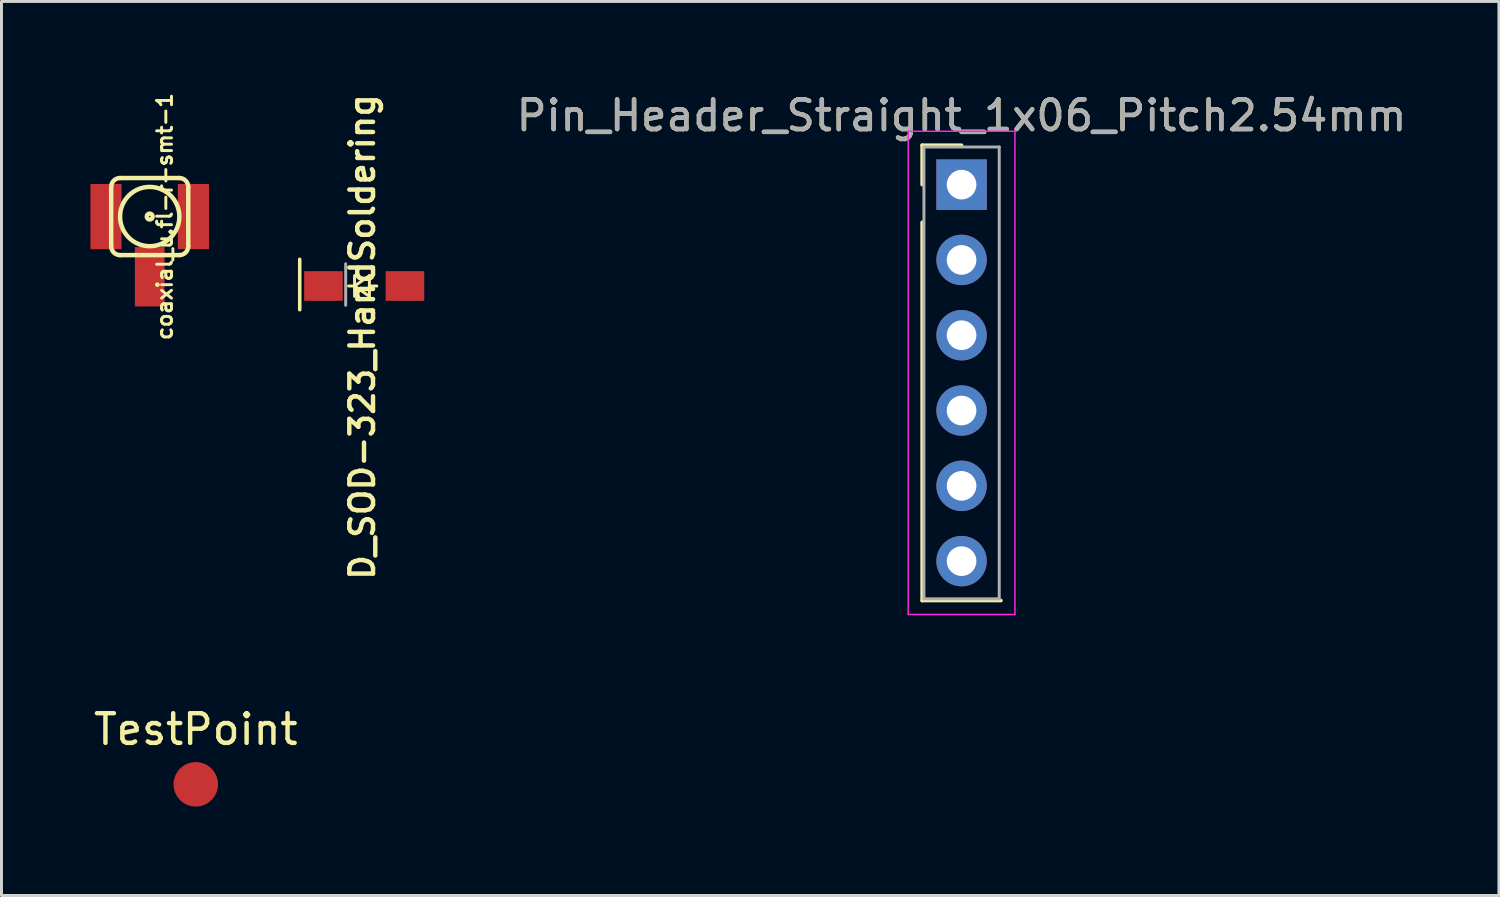
<source format=kicad_pcb>
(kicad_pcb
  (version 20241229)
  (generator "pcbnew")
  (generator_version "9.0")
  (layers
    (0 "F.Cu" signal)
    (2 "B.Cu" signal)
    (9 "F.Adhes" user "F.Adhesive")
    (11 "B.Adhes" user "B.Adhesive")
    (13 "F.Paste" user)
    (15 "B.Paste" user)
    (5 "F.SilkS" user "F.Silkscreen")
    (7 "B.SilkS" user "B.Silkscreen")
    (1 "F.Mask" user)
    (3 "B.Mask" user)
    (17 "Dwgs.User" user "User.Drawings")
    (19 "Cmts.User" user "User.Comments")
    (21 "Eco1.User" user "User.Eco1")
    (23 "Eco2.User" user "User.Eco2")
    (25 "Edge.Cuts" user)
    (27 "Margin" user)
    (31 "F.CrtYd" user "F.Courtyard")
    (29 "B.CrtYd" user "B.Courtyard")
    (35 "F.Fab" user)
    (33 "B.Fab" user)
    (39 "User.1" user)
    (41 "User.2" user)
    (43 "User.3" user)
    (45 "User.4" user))
  (footprint "coaxial_u.fl-r-smt-1"
    (layer "F.Cu")
    (at 2 4.255)
    (property "Reference" "coaxial_u.fl-r-smt-1" (at 0.508 0 90) (layer "F.SilkS") (effects (font (size 0.5 0.5) (thickness 0.1))))
    (attr through_hole)
    (fp_line (start -1.3 1) (end -1.3 -1) (stroke (width 0.15) (type solid)) (layer "F.SilkS"))
    (fp_line (start -1 -1.3) (end 1 -1.3) (stroke (width 0.15) (type solid)) (layer "F.SilkS"))
    (fp_line (start 1 1.3) (end -1 1.3) (stroke (width 0.15) (type solid)) (layer "F.SilkS"))
    (fp_line (start 1.3 -1) (end 1.3 1) (stroke (width 0.15) (type solid)) (layer "F.SilkS"))
    (fp_arc (start -1.3 -1) (mid -1.212132 -1.212132) (end -1 -1.3) (stroke (width 0.15) (type solid)) (layer "F.SilkS"))
    (fp_arc (start -1 1.3) (mid -1.212132 1.212132) (end -1.3 1) (stroke (width 0.15) (type solid)) (layer "F.SilkS"))
    (fp_arc (start 1 -1.3) (mid 1.212132 -1.212132) (end 1.3 -1) (stroke (width 0.15) (type solid)) (layer "F.SilkS"))
    (fp_arc (start 1.3 1) (mid 1.212132 1.212132) (end 1 1.3) (stroke (width 0.15) (type solid)) (layer "F.SilkS"))
    (fp_circle (center 0 0) (end -1 0) (stroke (width 0.15) (type solid)) (fill no) (layer "F.SilkS"))
    (fp_circle (center 0 0) (end -0.1 0) (stroke (width 0.15) (type solid)) (fill no) (layer "F.SilkS"))
    (pad "1" smd rect (at 0 2.032) (size 1 2) (layers "F.Cu" "F.Mask" "F.Paste"))
    (pad "2" smd rect (at -1.475 0) (size 1.05 2.2) (layers "F.Cu" "F.Mask" "F.Paste"))
    (pad "2" smd rect (at 1.475 0) (size 1.05 2.2) (layers "F.Cu" "F.Mask" "F.Paste")))
  (footprint "D_SOD-323_HandSoldering"
    (layer "F.Cu")
    (at 9.21 6.597)
    (property "Reference" "D_SOD-323_HandSoldering" (at -0.04 1.719 270) (layer "F.SilkS") (effects (font (size 0.8 0.8) (thickness 0.15))))
    (attr smd)
    (fp_line (start -2.15 -0.9) (end -2.15 0.8) (stroke (width 0.12) (type solid)) (layer "F.SilkS"))
    (fp_line (start -0.3 -0.35) (end -0.3 0.35) (stroke (width 0.1) (type solid)) (layer "F.SilkS"))
    (fp_line (start -0.3 0) (end -0.5 0) (stroke (width 0.1) (type solid)) (layer "F.SilkS"))
    (fp_line (start -0.3 0) (end 0.2 -0.35) (stroke (width 0.1) (type solid)) (layer "F.SilkS"))
    (fp_line (start 0.2 -0.35) (end 0.2 0.35) (stroke (width 0.1) (type solid)) (layer "F.SilkS"))
    (fp_line (start 0.2 0) (end 0.45 0) (stroke (width 0.1) (type solid)) (layer "F.SilkS"))
    (fp_line (start 0.2 0.35) (end -0.3 0) (stroke (width 0.1) (type solid)) (layer "F.SilkS"))
    (fp_line (start -0.6 0.65) (end -0.6 -0.75) (stroke (width 0.1) (type solid)) (layer "F.Fab"))
    (pad "1" smd rect (at -1.35 0) (size 1.3 1) (layers "F.Cu" "F.Mask" "F.Paste"))
    (pad "2" smd rect (at 1.4 0) (size 1.3 1) (layers "F.Cu" "F.Mask" "F.Paste")))
  (footprint "TestPoint"
    (layer "F.Cu")
    (at 3.554 23.406)
    (property "Reference" "TestPoint" (at 0 -1.854 0) (layer "F.SilkS") (effects (font (size 1 1) (thickness 0.15))))
    (attr through_hole)
    (pad "1" smd circle (at 0 0) (size 1.5 1.5) (layers "F.Cu" "F.Mask" "F.Paste")))
  (footprint "Pin_Header_Straight_1x06_Pitch2.54mm"
    (layer "F.Cu")
    (at 29.385 3.178)
    (property "Reference" "Pin_Header_Straight_1x06_Pitch2.54mm" (at 0 -2.33 0) (layer "F.SilkS") (effects (font (size 1 1) (thickness 0.15))))
    (attr through_hole)
    (fp_line (start -1.33 -1.33) (end 0 -1.33) (stroke (width 0.12) (type solid)) (layer "F.SilkS"))
    (fp_line (start -1.33 0) (end -1.33 -1.33) (stroke (width 0.12) (type solid)) (layer "F.SilkS"))
    (fp_line (start -1.33 1.27) (end -1.33 14.03) (stroke (width 0.12) (type solid)) (layer "F.SilkS"))
    (fp_line (start -1.33 14.03) (end 1.33 14.03) (stroke (width 0.12) (type solid)) (layer "F.SilkS"))
    (fp_line (start -1.8 -1.8) (end -1.8 14.5) (stroke (width 0.05) (type solid)) (layer "F.CrtYd"))
    (fp_line (start -1.8 14.5) (end 1.8 14.5) (stroke (width 0.05) (type solid)) (layer "F.CrtYd"))
    (fp_line (start 1.8 -1.8) (end -1.8 -1.8) (stroke (width 0.05) (type solid)) (layer "F.CrtYd"))
    (fp_line (start 1.8 14.5) (end 1.8 -1.8) (stroke (width 0.05) (type solid)) (layer "F.CrtYd"))
    (fp_line (start -1.27 -1.27) (end -1.27 13.97) (stroke (width 0.1) (type solid)) (layer "F.Fab"))
    (fp_line (start -1.27 13.97) (end 1.27 13.97) (stroke (width 0.1) (type solid)) (layer "F.Fab"))
    (fp_line (start 1.27 -1.27) (end -1.27 -1.27) (stroke (width 0.1) (type solid)) (layer "F.Fab"))
    (fp_line (start 1.27 13.97) (end 1.27 -1.27) (stroke (width 0.1) (type solid)) (layer "F.Fab"))
    (fp_text user "${REFERENCE}" (at 0 -2.33 0) (layer "F.Fab") (effects (font (size 1 1) (thickness 0.15))))
    (pad "1" thru_hole rect (at 0 0) (size 1.7 1.7) (drill 1) (layers "*.Cu" "*.Mask"))
    (pad "2" thru_hole oval (at 0 2.54) (size 1.7 1.7) (drill 1) (layers "*.Cu" "*.Mask"))
    (pad "3" thru_hole oval (at 0 5.08) (size 1.7 1.7) (drill 1) (layers "*.Cu" "*.Mask"))
    (pad "4" thru_hole oval (at 0 7.62) (size 1.7 1.7) (drill 1) (layers "*.Cu" "*.Mask"))
    (pad "5" thru_hole oval (at 0 10.16) (size 1.7 1.7) (drill 1) (layers "*.Cu" "*.Mask"))
    (pad "6" thru_hole oval (at 0 12.7) (size 1.7 1.7) (drill 1) (layers "*.Cu" "*.Mask")))
  (gr_rect
    (start -3 -3)
    (end 47.51 27.156)
    (stroke (width 0.1) (type default))
    (fill no)
    (layer "Edge.Cuts")))
</source>
